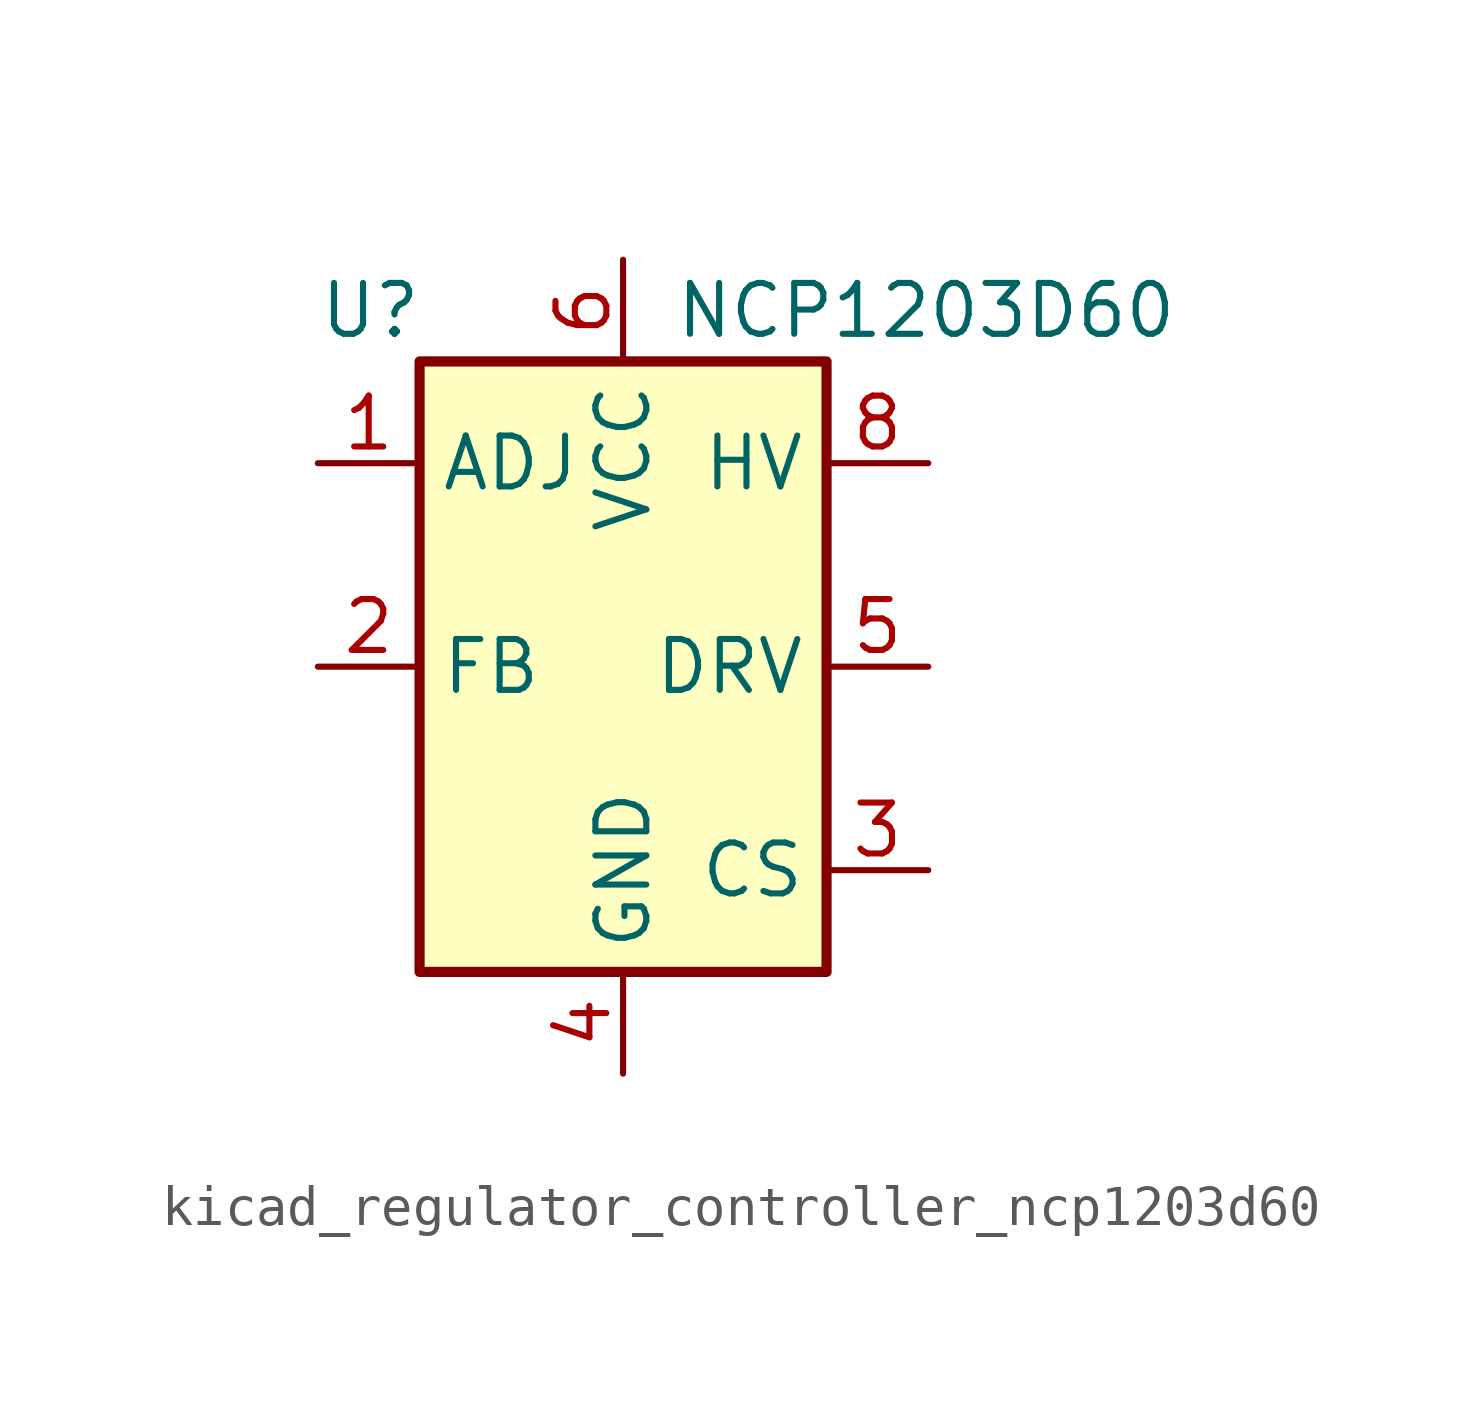
<source format=kicad_sym>
(kicad_symbol_lib
  (version 20220914)
  (generator kicad_symbol_editor)
  (symbol "kicad_regulator_controller_ncp1203d60"
    (property "Reference" "U"
      (at -7.62 8.89 0)
      (effects (font (size 1.27 1.27)) (justify left)))
    (property "Value" "NCP1203D60"
      (at 1.27 8.89 0)
      (effects (font (size 1.27 1.27)) (justify left)))
    (symbol "kicad_regulator_controller_ncp1203d60_0_0"
      (rectangle (start -5.08 7.62) (end 5.08 -7.62) (stroke (width 0.254) (type default)) (fill (type background))))
    (symbol "kicad_regulator_controller_ncp1203d60_1_1"
      (pin input line (at -7.62 5.08 0) (length 2.54) (name "ADJ" (effects (font (size 1.27 1.27)))) (number "1" (effects (font (size 1.27 1.27)))))
      (pin input line (at -7.62 0 0) (length 2.54) (name "FB" (effects (font (size 1.27 1.27)))) (number "2" (effects (font (size 1.27 1.27)))))
      (pin input line (at 7.62 -5.08 180) (length 2.54) (name "CS" (effects (font (size 1.27 1.27)))) (number "3" (effects (font (size 1.27 1.27)))))
      (pin power_in line (at 0 -10.16 90) (length 2.54) (name "GND" (effects (font (size 1.27 1.27)))) (number "4" (effects (font (size 1.27 1.27)))))
      (pin output line (at 7.62 0 180) (length 2.54) (name "DRV" (effects (font (size 1.27 1.27)))) (number "5" (effects (font (size 1.27 1.27)))))
      (pin power_in line (at 0 10.16 270) (length 2.54) (name "VCC" (effects (font (size 1.27 1.27)))) (number "6" (effects (font (size 1.27 1.27)))))
      (pin no_connect line (at -5.08 2.54 0) (length 2.54) hide (name "NC" (effects (font (size 1.27 1.27)))) (number "7" (effects (font (size 1.27 1.27)))))
      (pin input line (at 7.62 5.08 180) (length 2.54) (name "HV" (effects (font (size 1.27 1.27)))) (number "8" (effects (font (size 1.27 1.27))))))))
</source>
